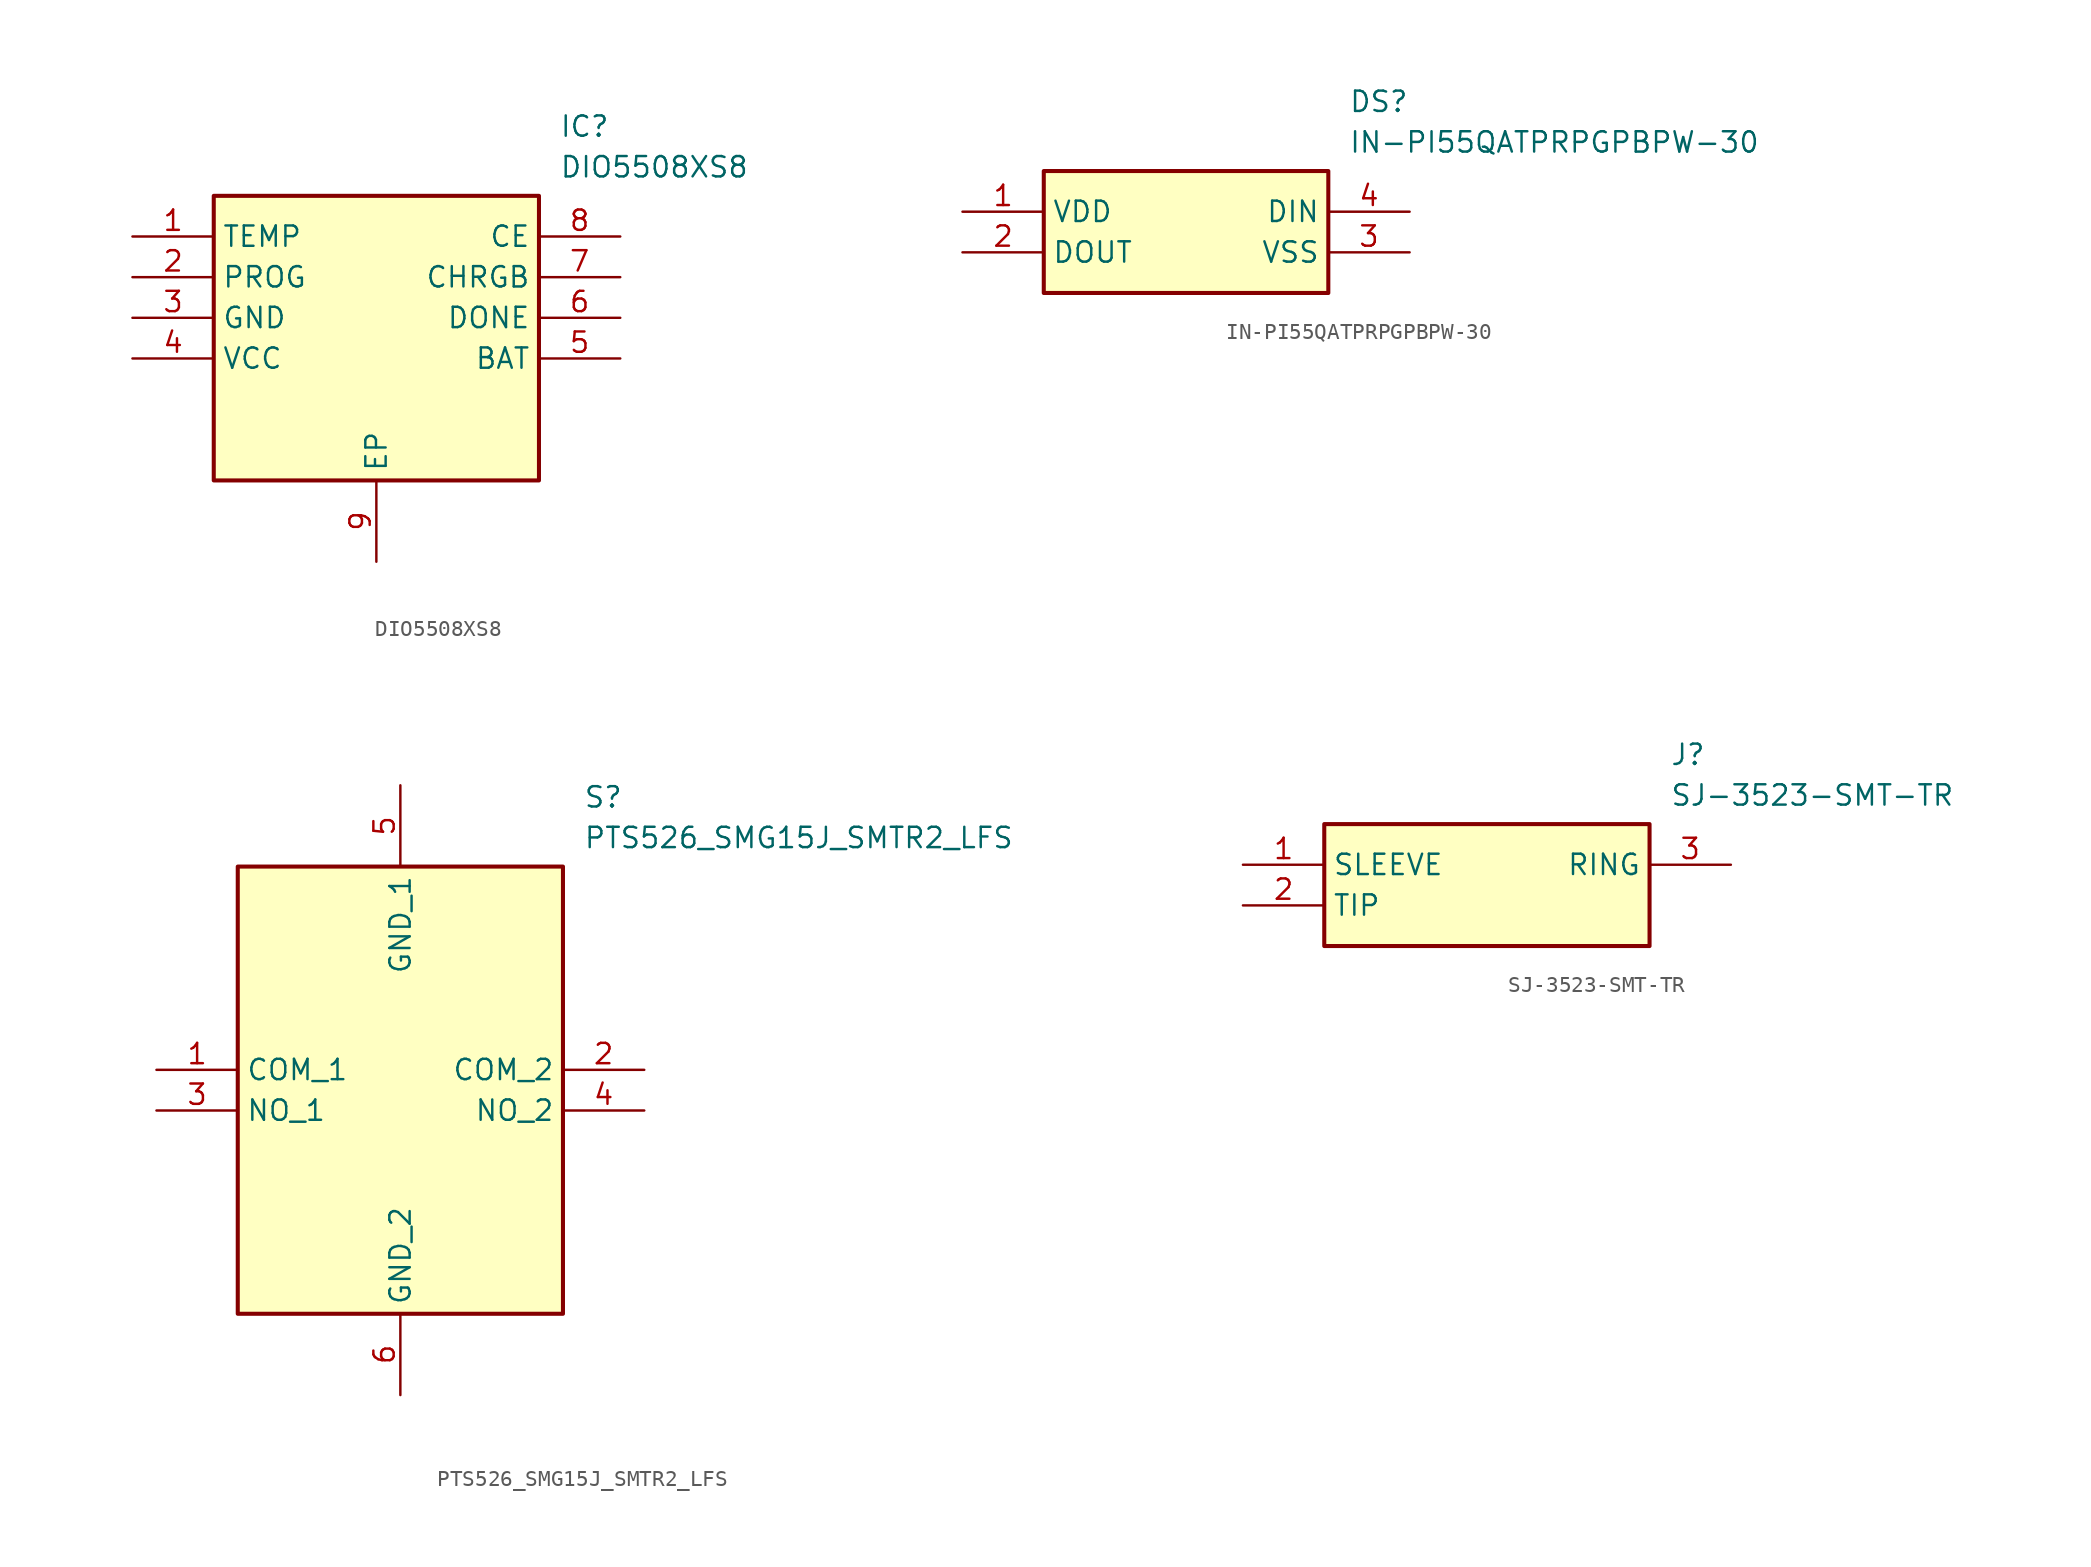
<source format=kicad_sym>
(kicad_symbol_lib
  (version 20220914)
  (generator kicad_symbol_editor)
  (symbol "DIO5508XS8"
    (property "Reference" "IC"
      (at 26.67 7.62 0)
      (effects (font (size 1.27 1.27)) (justify left top)))
    (property "Value" "DIO5508XS8"
      (at 26.67 5.08 0)
      (effects (font (size 1.27 1.27)) (justify left top)))
    (symbol "DIO5508XS8_1_1"
      (rectangle (start 5.08 2.54) (end 25.4 -15.24) (stroke (width 0.254) (type default)) (fill (type background)))
      (pin passive line (at 0 0 0) (length 5.08) (name "TEMP" (effects (font (size 1.27 1.27)))) (number "1" (effects (font (size 1.27 1.27)))))
      (pin passive line (at 0 -2.54 0) (length 5.08) (name "PROG" (effects (font (size 1.27 1.27)))) (number "2" (effects (font (size 1.27 1.27)))))
      (pin passive line (at 0 -5.08 0) (length 5.08) (name "GND" (effects (font (size 1.27 1.27)))) (number "3" (effects (font (size 1.27 1.27)))))
      (pin passive line (at 0 -7.62 0) (length 5.08) (name "VCC" (effects (font (size 1.27 1.27)))) (number "4" (effects (font (size 1.27 1.27)))))
      (pin passive line (at 30.48 -7.62 180) (length 5.08) (name "BAT" (effects (font (size 1.27 1.27)))) (number "5" (effects (font (size 1.27 1.27)))))
      (pin passive line (at 30.48 -5.08 180) (length 5.08) (name "DONE" (effects (font (size 1.27 1.27)))) (number "6" (effects (font (size 1.27 1.27)))))
      (pin passive line (at 30.48 -2.54 180) (length 5.08) (name "CHRGB" (effects (font (size 1.27 1.27)))) (number "7" (effects (font (size 1.27 1.27)))))
      (pin passive line (at 30.48 0 180) (length 5.08) (name "CE" (effects (font (size 1.27 1.27)))) (number "8" (effects (font (size 1.27 1.27)))))
      (pin passive line (at 15.24 -20.32 90) (length 5.08) (name "EP" (effects (font (size 1.27 1.27)))) (number "9" (effects (font (size 1.27 1.27)))))))
  (symbol "IN-PI55QATPRPGPBPW-30"
    (property "Reference" "DS"
      (at 24.13 7.62 0)
      (effects (font (size 1.27 1.27)) (justify left top)))
    (property "Value" "IN-PI55QATPRPGPBPW-30"
      (at 24.13 5.08 0)
      (effects (font (size 1.27 1.27)) (justify left top)))
    (symbol "IN-PI55QATPRPGPBPW-30_1_1"
      (rectangle (start 5.08 2.54) (end 22.86 -5.08) (stroke (width 0.254) (type default)) (fill (type background)))
      (pin passive line (at 0 0 0) (length 5.08) (name "VDD" (effects (font (size 1.27 1.27)))) (number "1" (effects (font (size 1.27 1.27)))))
      (pin passive line (at 0 -2.54 0) (length 5.08) (name "DOUT" (effects (font (size 1.27 1.27)))) (number "2" (effects (font (size 1.27 1.27)))))
      (pin passive line (at 27.94 -2.54 180) (length 5.08) (name "VSS" (effects (font (size 1.27 1.27)))) (number "3" (effects (font (size 1.27 1.27)))))
      (pin passive line (at 27.94 0 180) (length 5.08) (name "DIN" (effects (font (size 1.27 1.27)))) (number "4" (effects (font (size 1.27 1.27)))))))
  (symbol "PTS526_SMG15J_SMTR2_LFS"
    (property "Reference" "S"
      (at 26.67 17.78 0)
      (effects (font (size 1.27 1.27)) (justify left top)))
    (property "Value" "PTS526_SMG15J_SMTR2_LFS"
      (at 26.67 15.24 0)
      (effects (font (size 1.27 1.27)) (justify left top)))
    (symbol "PTS526_SMG15J_SMTR2_LFS_1_1"
      (rectangle (start 5.08 12.7) (end 25.4 -15.24) (stroke (width 0.254) (type default)) (fill (type background)))
      (pin passive line (at 0 0 0) (length 5.08) (name "COM_1" (effects (font (size 1.27 1.27)))) (number "1" (effects (font (size 1.27 1.27)))))
      (pin passive line (at 30.48 0 180) (length 5.08) (name "COM_2" (effects (font (size 1.27 1.27)))) (number "2" (effects (font (size 1.27 1.27)))))
      (pin passive line (at 0 -2.54 0) (length 5.08) (name "NO_1" (effects (font (size 1.27 1.27)))) (number "3" (effects (font (size 1.27 1.27)))))
      (pin passive line (at 30.48 -2.54 180) (length 5.08) (name "NO_2" (effects (font (size 1.27 1.27)))) (number "4" (effects (font (size 1.27 1.27)))))
      (pin passive line (at 15.24 17.78 270) (length 5.08) (name "GND_1" (effects (font (size 1.27 1.27)))) (number "5" (effects (font (size 1.27 1.27)))))
      (pin passive line (at 15.24 -20.32 90) (length 5.08) (name "GND_2" (effects (font (size 1.27 1.27)))) (number "6" (effects (font (size 1.27 1.27)))))))
  (symbol "SJ-3523-SMT-TR"
    (property "Reference" "J"
      (at 26.67 7.62 0)
      (effects (font (size 1.27 1.27)) (justify left top)))
    (property "Value" "SJ-3523-SMT-TR"
      (at 26.67 5.08 0)
      (effects (font (size 1.27 1.27)) (justify left top)))
    (symbol "SJ-3523-SMT-TR_1_1"
      (rectangle (start 5.08 2.54) (end 25.4 -5.08) (stroke (width 0.254) (type default)) (fill (type background)))
      (pin passive line (at 0 0 0) (length 5.08) (name "SLEEVE" (effects (font (size 1.27 1.27)))) (number "1" (effects (font (size 1.27 1.27)))))
      (pin passive line (at 0 -2.54 0) (length 5.08) (name "TIP" (effects (font (size 1.27 1.27)))) (number "2" (effects (font (size 1.27 1.27)))))
      (pin passive line (at 30.48 0 180) (length 5.08) (name "RING" (effects (font (size 1.27 1.27)))) (number "3" (effects (font (size 1.27 1.27))))))))
</source>
